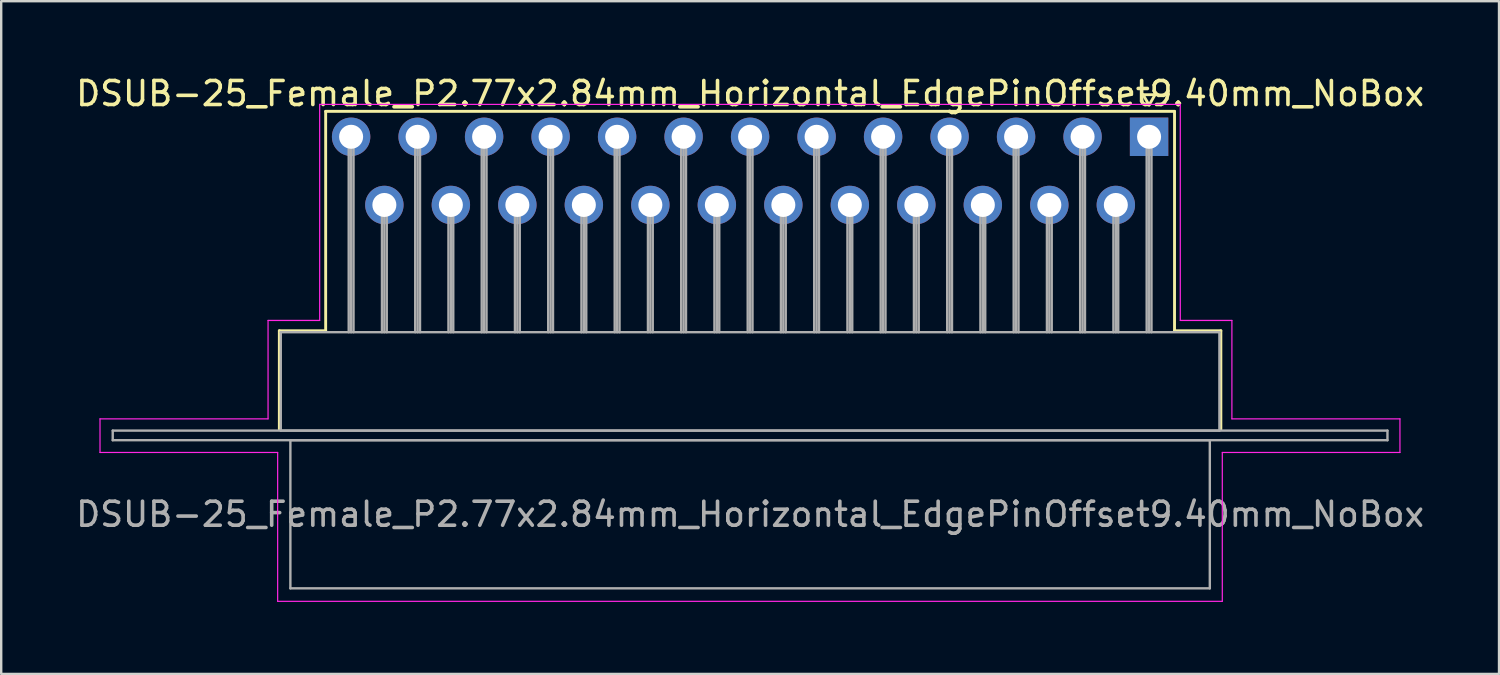
<source format=kicad_pcb>
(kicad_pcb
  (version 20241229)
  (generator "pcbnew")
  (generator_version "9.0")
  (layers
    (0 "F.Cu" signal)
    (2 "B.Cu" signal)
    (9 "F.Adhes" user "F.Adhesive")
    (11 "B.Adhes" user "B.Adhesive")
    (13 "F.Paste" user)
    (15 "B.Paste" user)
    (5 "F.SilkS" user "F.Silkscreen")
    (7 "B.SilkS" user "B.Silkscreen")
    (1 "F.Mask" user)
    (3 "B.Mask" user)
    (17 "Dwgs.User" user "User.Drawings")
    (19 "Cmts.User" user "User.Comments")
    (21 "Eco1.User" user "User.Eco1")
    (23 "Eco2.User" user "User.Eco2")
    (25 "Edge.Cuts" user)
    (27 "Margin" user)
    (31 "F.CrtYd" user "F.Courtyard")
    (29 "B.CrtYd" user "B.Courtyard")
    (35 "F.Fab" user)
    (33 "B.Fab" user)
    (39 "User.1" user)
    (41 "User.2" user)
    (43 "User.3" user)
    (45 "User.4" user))
  (footprint "DSUB-25_Female_P2.77x2.84mm_Horizontal_EdgePinOffset9.40mm_NoBox"
    (layer "F.Cu")
    (at 44.816 2.648)
    (property "Reference" "DSUB-25_Female_P2.77x2.84mm_Horizontal_EdgePinOffset9.40mm_NoBox" (at -16.62 -1.8 0) (layer "F.SilkS") (effects (font (size 1 1) (thickness 0.15))))
    (attr through_hole)
    (fp_line (start -36.23 8.08) (end -34.3 8.08) (stroke (width 0.12) (type solid)) (layer "F.SilkS"))
    (fp_line (start -36.23 12.18) (end -36.23 8.08) (stroke (width 0.12) (type solid)) (layer "F.SilkS"))
    (fp_line (start -34.3 -1.06) (end 1.06 -1.06) (stroke (width 0.12) (type solid)) (layer "F.SilkS"))
    (fp_line (start -34.3 8.08) (end -34.3 -1.06) (stroke (width 0.12) (type solid)) (layer "F.SilkS"))
    (fp_line (start -0.25 -1.754) (end 0.25 -1.754) (stroke (width 0.12) (type solid)) (layer "F.SilkS"))
    (fp_line (start 0 -1.321) (end -0.25 -1.754) (stroke (width 0.12) (type solid)) (layer "F.SilkS"))
    (fp_line (start 0.25 -1.754) (end 0 -1.321) (stroke (width 0.12) (type solid)) (layer "F.SilkS"))
    (fp_line (start 1.06 -1.06) (end 1.06 8.08) (stroke (width 0.12) (type solid)) (layer "F.SilkS"))
    (fp_line (start 1.06 8.08) (end 2.99 8.08) (stroke (width 0.12) (type solid)) (layer "F.SilkS"))
    (fp_line (start 2.99 8.08) (end 2.99 12.18) (stroke (width 0.12) (type solid)) (layer "F.SilkS"))
    (fp_line (start -43.7 11.75) (end -36.7 11.75) (stroke (width 0.05) (type solid)) (layer "F.CrtYd"))
    (fp_line (start -43.7 13.15) (end -43.7 11.75) (stroke (width 0.05) (type solid)) (layer "F.CrtYd"))
    (fp_line (start -36.7 7.65) (end -34.55 7.65) (stroke (width 0.05) (type solid)) (layer "F.CrtYd"))
    (fp_line (start -36.7 11.75) (end -36.7 7.65) (stroke (width 0.05) (type solid)) (layer "F.CrtYd"))
    (fp_line (start -36.3 13.15) (end -43.7 13.15) (stroke (width 0.05) (type solid)) (layer "F.CrtYd"))
    (fp_line (start -36.3 19.35) (end -36.3 13.15) (stroke (width 0.05) (type solid)) (layer "F.CrtYd"))
    (fp_line (start -34.55 -1.35) (end 1.3 -1.35) (stroke (width 0.05) (type solid)) (layer "F.CrtYd"))
    (fp_line (start -34.55 7.65) (end -34.55 -1.35) (stroke (width 0.05) (type solid)) (layer "F.CrtYd"))
    (fp_line (start 1.3 -1.35) (end 1.3 7.65) (stroke (width 0.05) (type solid)) (layer "F.CrtYd"))
    (fp_line (start 1.3 7.65) (end 3.45 7.65) (stroke (width 0.05) (type solid)) (layer "F.CrtYd"))
    (fp_line (start 3.05 13.15) (end 3.05 19.35) (stroke (width 0.05) (type solid)) (layer "F.CrtYd"))
    (fp_line (start 3.05 19.35) (end -36.3 19.35) (stroke (width 0.05) (type solid)) (layer "F.CrtYd"))
    (fp_line (start 3.45 7.65) (end 3.45 11.75) (stroke (width 0.05) (type solid)) (layer "F.CrtYd"))
    (fp_line (start 3.45 11.75) (end 10.45 11.75) (stroke (width 0.05) (type solid)) (layer "F.CrtYd"))
    (fp_line (start 10.45 11.75) (end 10.45 13.15) (stroke (width 0.05) (type solid)) (layer "F.CrtYd"))
    (fp_line (start 10.45 13.15) (end 3.05 13.15) (stroke (width 0.05) (type solid)) (layer "F.CrtYd"))
    (fp_line (start -43.17 12.24) (end -43.17 12.64) (stroke (width 0.1) (type solid)) (layer "F.Fab"))
    (fp_line (start -43.17 12.64) (end 9.93 12.64) (stroke (width 0.1) (type solid)) (layer "F.Fab"))
    (fp_line (start -36.17 8.14) (end -36.17 12.24) (stroke (width 0.1) (type solid)) (layer "F.Fab"))
    (fp_line (start -36.17 12.24) (end 2.93 12.24) (stroke (width 0.1) (type solid)) (layer "F.Fab"))
    (fp_line (start -35.77 12.64) (end -35.77 18.81) (stroke (width 0.1) (type solid)) (layer "F.Fab"))
    (fp_line (start -35.77 18.81) (end 2.53 18.81) (stroke (width 0.1) (type solid)) (layer "F.Fab"))
    (fp_line (start -33.34 0) (end -33.34 8.14) (stroke (width 0.1) (type solid)) (layer "F.Fab"))
    (fp_line (start -33.24 0) (end -33.24 8.14) (stroke (width 0.1) (type solid)) (layer "F.Fab"))
    (fp_line (start -33.14 0) (end -33.14 8.14) (stroke (width 0.1) (type solid)) (layer "F.Fab"))
    (fp_line (start -31.955 2.84) (end -31.955 8.14) (stroke (width 0.1) (type solid)) (layer "F.Fab"))
    (fp_line (start -31.855 2.84) (end -31.855 8.14) (stroke (width 0.1) (type solid)) (layer "F.Fab"))
    (fp_line (start -31.755 2.84) (end -31.755 8.14) (stroke (width 0.1) (type solid)) (layer "F.Fab"))
    (fp_line (start -30.57 0) (end -30.57 8.14) (stroke (width 0.1) (type solid)) (layer "F.Fab"))
    (fp_line (start -30.47 0) (end -30.47 8.14) (stroke (width 0.1) (type solid)) (layer "F.Fab"))
    (fp_line (start -30.37 0) (end -30.37 8.14) (stroke (width 0.1) (type solid)) (layer "F.Fab"))
    (fp_line (start -29.185 2.84) (end -29.185 8.14) (stroke (width 0.1) (type solid)) (layer "F.Fab"))
    (fp_line (start -29.085 2.84) (end -29.085 8.14) (stroke (width 0.1) (type solid)) (layer "F.Fab"))
    (fp_line (start -28.985 2.84) (end -28.985 8.14) (stroke (width 0.1) (type solid)) (layer "F.Fab"))
    (fp_line (start -27.8 0) (end -27.8 8.14) (stroke (width 0.1) (type solid)) (layer "F.Fab"))
    (fp_line (start -27.7 0) (end -27.7 8.14) (stroke (width 0.1) (type solid)) (layer "F.Fab"))
    (fp_line (start -27.6 0) (end -27.6 8.14) (stroke (width 0.1) (type solid)) (layer "F.Fab"))
    (fp_line (start -26.415 2.84) (end -26.415 8.14) (stroke (width 0.1) (type solid)) (layer "F.Fab"))
    (fp_line (start -26.315 2.84) (end -26.315 8.14) (stroke (width 0.1) (type solid)) (layer "F.Fab"))
    (fp_line (start -26.215 2.84) (end -26.215 8.14) (stroke (width 0.1) (type solid)) (layer "F.Fab"))
    (fp_line (start -25.03 0) (end -25.03 8.14) (stroke (width 0.1) (type solid)) (layer "F.Fab"))
    (fp_line (start -24.93 0) (end -24.93 8.14) (stroke (width 0.1) (type solid)) (layer "F.Fab"))
    (fp_line (start -24.83 0) (end -24.83 8.14) (stroke (width 0.1) (type solid)) (layer "F.Fab"))
    (fp_line (start -23.645 2.84) (end -23.645 8.14) (stroke (width 0.1) (type solid)) (layer "F.Fab"))
    (fp_line (start -23.545 2.84) (end -23.545 8.14) (stroke (width 0.1) (type solid)) (layer "F.Fab"))
    (fp_line (start -23.445 2.84) (end -23.445 8.14) (stroke (width 0.1) (type solid)) (layer "F.Fab"))
    (fp_line (start -22.26 0) (end -22.26 8.14) (stroke (width 0.1) (type solid)) (layer "F.Fab"))
    (fp_line (start -22.16 0) (end -22.16 8.14) (stroke (width 0.1) (type solid)) (layer "F.Fab"))
    (fp_line (start -22.06 0) (end -22.06 8.14) (stroke (width 0.1) (type solid)) (layer "F.Fab"))
    (fp_line (start -20.875 2.84) (end -20.875 8.14) (stroke (width 0.1) (type solid)) (layer "F.Fab"))
    (fp_line (start -20.775 2.84) (end -20.775 8.14) (stroke (width 0.1) (type solid)) (layer "F.Fab"))
    (fp_line (start -20.675 2.84) (end -20.675 8.14) (stroke (width 0.1) (type solid)) (layer "F.Fab"))
    (fp_line (start -19.49 0) (end -19.49 8.14) (stroke (width 0.1) (type solid)) (layer "F.Fab"))
    (fp_line (start -19.39 0) (end -19.39 8.14) (stroke (width 0.1) (type solid)) (layer "F.Fab"))
    (fp_line (start -19.29 0) (end -19.29 8.14) (stroke (width 0.1) (type solid)) (layer "F.Fab"))
    (fp_line (start -18.105 2.84) (end -18.105 8.14) (stroke (width 0.1) (type solid)) (layer "F.Fab"))
    (fp_line (start -18.005 2.84) (end -18.005 8.14) (stroke (width 0.1) (type solid)) (layer "F.Fab"))
    (fp_line (start -17.905 2.84) (end -17.905 8.14) (stroke (width 0.1) (type solid)) (layer "F.Fab"))
    (fp_line (start -16.72 0) (end -16.72 8.14) (stroke (width 0.1) (type solid)) (layer "F.Fab"))
    (fp_line (start -16.62 0) (end -16.62 8.14) (stroke (width 0.1) (type solid)) (layer "F.Fab"))
    (fp_line (start -16.52 0) (end -16.52 8.14) (stroke (width 0.1) (type solid)) (layer "F.Fab"))
    (fp_line (start -15.335 2.84) (end -15.335 8.14) (stroke (width 0.1) (type solid)) (layer "F.Fab"))
    (fp_line (start -15.235 2.84) (end -15.235 8.14) (stroke (width 0.1) (type solid)) (layer "F.Fab"))
    (fp_line (start -15.135 2.84) (end -15.135 8.14) (stroke (width 0.1) (type solid)) (layer "F.Fab"))
    (fp_line (start -13.95 0) (end -13.95 8.14) (stroke (width 0.1) (type solid)) (layer "F.Fab"))
    (fp_line (start -13.85 0) (end -13.85 8.14) (stroke (width 0.1) (type solid)) (layer "F.Fab"))
    (fp_line (start -13.75 0) (end -13.75 8.14) (stroke (width 0.1) (type solid)) (layer "F.Fab"))
    (fp_line (start -12.565 2.84) (end -12.565 8.14) (stroke (width 0.1) (type solid)) (layer "F.Fab"))
    (fp_line (start -12.465 2.84) (end -12.465 8.14) (stroke (width 0.1) (type solid)) (layer "F.Fab"))
    (fp_line (start -12.365 2.84) (end -12.365 8.14) (stroke (width 0.1) (type solid)) (layer "F.Fab"))
    (fp_line (start -11.18 0) (end -11.18 8.14) (stroke (width 0.1) (type solid)) (layer "F.Fab"))
    (fp_line (start -11.08 0) (end -11.08 8.14) (stroke (width 0.1) (type solid)) (layer "F.Fab"))
    (fp_line (start -10.98 0) (end -10.98 8.14) (stroke (width 0.1) (type solid)) (layer "F.Fab"))
    (fp_line (start -9.795 2.84) (end -9.795 8.14) (stroke (width 0.1) (type solid)) (layer "F.Fab"))
    (fp_line (start -9.695 2.84) (end -9.695 8.14) (stroke (width 0.1) (type solid)) (layer "F.Fab"))
    (fp_line (start -9.595 2.84) (end -9.595 8.14) (stroke (width 0.1) (type solid)) (layer "F.Fab"))
    (fp_line (start -8.41 0) (end -8.41 8.14) (stroke (width 0.1) (type solid)) (layer "F.Fab"))
    (fp_line (start -8.31 0) (end -8.31 8.14) (stroke (width 0.1) (type solid)) (layer "F.Fab"))
    (fp_line (start -8.21 0) (end -8.21 8.14) (stroke (width 0.1) (type solid)) (layer "F.Fab"))
    (fp_line (start -7.025 2.84) (end -7.025 8.14) (stroke (width 0.1) (type solid)) (layer "F.Fab"))
    (fp_line (start -6.925 2.84) (end -6.925 8.14) (stroke (width 0.1) (type solid)) (layer "F.Fab"))
    (fp_line (start -6.825 2.84) (end -6.825 8.14) (stroke (width 0.1) (type solid)) (layer "F.Fab"))
    (fp_line (start -5.64 0) (end -5.64 8.14) (stroke (width 0.1) (type solid)) (layer "F.Fab"))
    (fp_line (start -5.54 0) (end -5.54 8.14) (stroke (width 0.1) (type solid)) (layer "F.Fab"))
    (fp_line (start -5.44 0) (end -5.44 8.14) (stroke (width 0.1) (type solid)) (layer "F.Fab"))
    (fp_line (start -4.255 2.84) (end -4.255 8.14) (stroke (width 0.1) (type solid)) (layer "F.Fab"))
    (fp_line (start -4.155 2.84) (end -4.155 8.14) (stroke (width 0.1) (type solid)) (layer "F.Fab"))
    (fp_line (start -4.055 2.84) (end -4.055 8.14) (stroke (width 0.1) (type solid)) (layer "F.Fab"))
    (fp_line (start -2.87 0) (end -2.87 8.14) (stroke (width 0.1) (type solid)) (layer "F.Fab"))
    (fp_line (start -2.77 0) (end -2.77 8.14) (stroke (width 0.1) (type solid)) (layer "F.Fab"))
    (fp_line (start -2.67 0) (end -2.67 8.14) (stroke (width 0.1) (type solid)) (layer "F.Fab"))
    (fp_line (start -1.485 2.84) (end -1.485 8.14) (stroke (width 0.1) (type solid)) (layer "F.Fab"))
    (fp_line (start -1.385 2.84) (end -1.385 8.14) (stroke (width 0.1) (type solid)) (layer "F.Fab"))
    (fp_line (start -1.285 2.84) (end -1.285 8.14) (stroke (width 0.1) (type solid)) (layer "F.Fab"))
    (fp_line (start -0.1 0) (end -0.1 8.14) (stroke (width 0.1) (type solid)) (layer "F.Fab"))
    (fp_line (start 0 0) (end 0 8.14) (stroke (width 0.1) (type solid)) (layer "F.Fab"))
    (fp_line (start 0.1 0) (end 0.1 8.14) (stroke (width 0.1) (type solid)) (layer "F.Fab"))
    (fp_line (start 2.53 12.64) (end -35.77 12.64) (stroke (width 0.1) (type solid)) (layer "F.Fab"))
    (fp_line (start 2.53 18.81) (end 2.53 12.64) (stroke (width 0.1) (type solid)) (layer "F.Fab"))
    (fp_line (start 2.93 8.14) (end -36.17 8.14) (stroke (width 0.1) (type solid)) (layer "F.Fab"))
    (fp_line (start 2.93 12.24) (end 2.93 8.14) (stroke (width 0.1) (type solid)) (layer "F.Fab"))
    (fp_line (start 9.93 12.24) (end -43.17 12.24) (stroke (width 0.1) (type solid)) (layer "F.Fab"))
    (fp_line (start 9.93 12.64) (end 9.93 12.24) (stroke (width 0.1) (type solid)) (layer "F.Fab"))
    (fp_text user "${REFERENCE}" (at -16.62 15.725 0) (layer "F.Fab") (effects (font (size 1 1) (thickness 0.15))))
    (pad "1" thru_hole rect (at 0 0) (size 1.6 1.6) (drill 1) (layers "*.Cu" "*.Mask"))
    (pad "2" thru_hole circle (at -2.77 0) (size 1.6 1.6) (drill 1) (layers "*.Cu" "*.Mask"))
    (pad "3" thru_hole circle (at -5.54 0) (size 1.6 1.6) (drill 1) (layers "*.Cu" "*.Mask"))
    (pad "4" thru_hole circle (at -8.31 0) (size 1.6 1.6) (drill 1) (layers "*.Cu" "*.Mask"))
    (pad "5" thru_hole circle (at -11.08 0) (size 1.6 1.6) (drill 1) (layers "*.Cu" "*.Mask"))
    (pad "6" thru_hole circle (at -13.85 0) (size 1.6 1.6) (drill 1) (layers "*.Cu" "*.Mask"))
    (pad "7" thru_hole circle (at -16.62 0) (size 1.6 1.6) (drill 1) (layers "*.Cu" "*.Mask"))
    (pad "8" thru_hole circle (at -19.39 0) (size 1.6 1.6) (drill 1) (layers "*.Cu" "*.Mask"))
    (pad "9" thru_hole circle (at -22.16 0) (size 1.6 1.6) (drill 1) (layers "*.Cu" "*.Mask"))
    (pad "10" thru_hole circle (at -24.93 0) (size 1.6 1.6) (drill 1) (layers "*.Cu" "*.Mask"))
    (pad "11" thru_hole circle (at -27.7 0) (size 1.6 1.6) (drill 1) (layers "*.Cu" "*.Mask"))
    (pad "12" thru_hole circle (at -30.47 0) (size 1.6 1.6) (drill 1) (layers "*.Cu" "*.Mask"))
    (pad "13" thru_hole circle (at -33.24 0) (size 1.6 1.6) (drill 1) (layers "*.Cu" "*.Mask"))
    (pad "14" thru_hole circle (at -1.385 2.84) (size 1.6 1.6) (drill 1) (layers "*.Cu" "*.Mask"))
    (pad "15" thru_hole circle (at -4.155 2.84) (size 1.6 1.6) (drill 1) (layers "*.Cu" "*.Mask"))
    (pad "16" thru_hole circle (at -6.925 2.84) (size 1.6 1.6) (drill 1) (layers "*.Cu" "*.Mask"))
    (pad "17" thru_hole circle (at -9.695 2.84) (size 1.6 1.6) (drill 1) (layers "*.Cu" "*.Mask"))
    (pad "18" thru_hole circle (at -12.465 2.84) (size 1.6 1.6) (drill 1) (layers "*.Cu" "*.Mask"))
    (pad "19" thru_hole circle (at -15.235 2.84) (size 1.6 1.6) (drill 1) (layers "*.Cu" "*.Mask"))
    (pad "20" thru_hole circle (at -18.005 2.84) (size 1.6 1.6) (drill 1) (layers "*.Cu" "*.Mask"))
    (pad "21" thru_hole circle (at -20.775 2.84) (size 1.6 1.6) (drill 1) (layers "*.Cu" "*.Mask"))
    (pad "22" thru_hole circle (at -23.545 2.84) (size 1.6 1.6) (drill 1) (layers "*.Cu" "*.Mask"))
    (pad "23" thru_hole circle (at -26.315 2.84) (size 1.6 1.6) (drill 1) (layers "*.Cu" "*.Mask"))
    (pad "24" thru_hole circle (at -29.085 2.84) (size 1.6 1.6) (drill 1) (layers "*.Cu" "*.Mask"))
    (pad "25" thru_hole circle (at -31.855 2.84) (size 1.6 1.6) (drill 1) (layers "*.Cu" "*.Mask")))
  (gr_rect
    (start -3 -3)
    (end 59.393 25.023)
    (stroke (width 0.1) (type default))
    (fill no)
    (layer "Edge.Cuts")))
</source>
